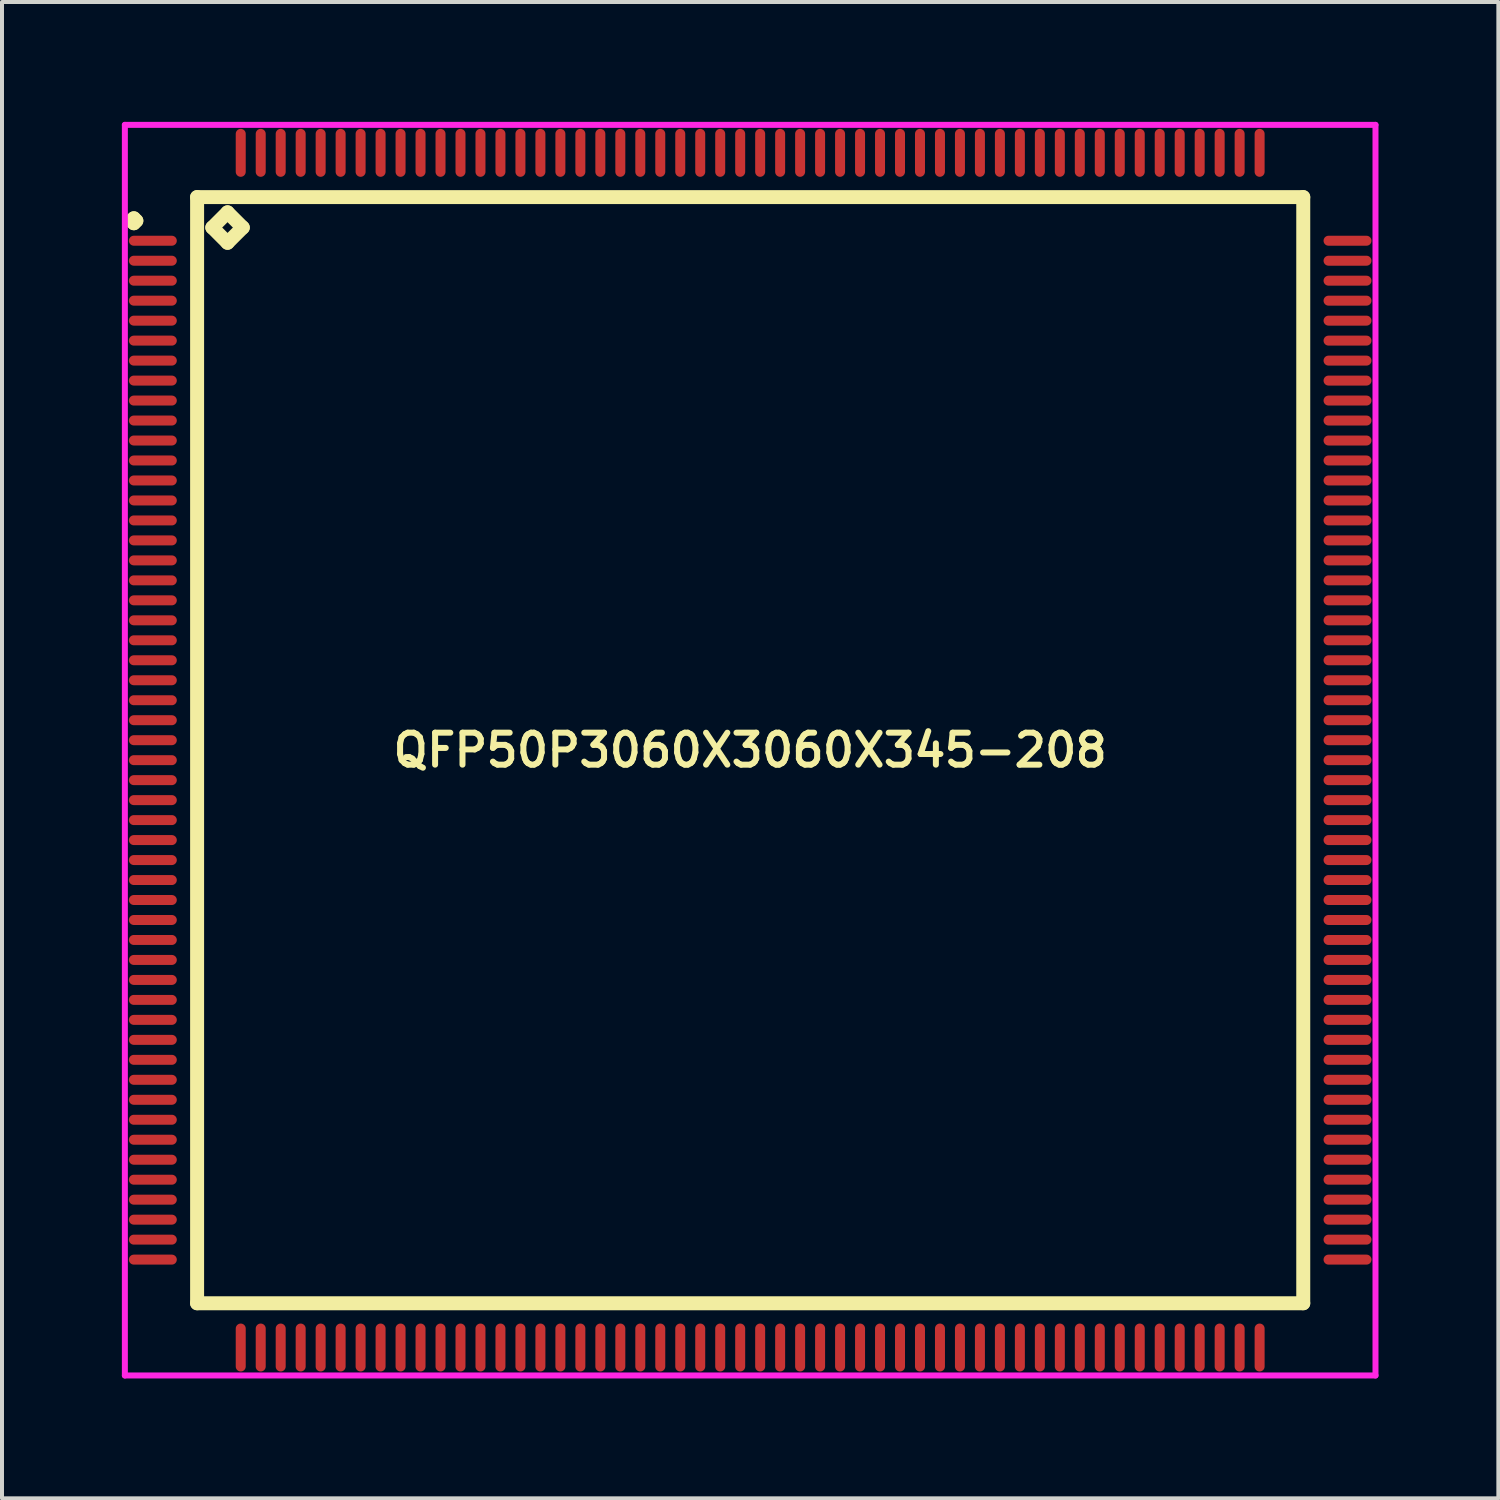
<source format=kicad_pcb>
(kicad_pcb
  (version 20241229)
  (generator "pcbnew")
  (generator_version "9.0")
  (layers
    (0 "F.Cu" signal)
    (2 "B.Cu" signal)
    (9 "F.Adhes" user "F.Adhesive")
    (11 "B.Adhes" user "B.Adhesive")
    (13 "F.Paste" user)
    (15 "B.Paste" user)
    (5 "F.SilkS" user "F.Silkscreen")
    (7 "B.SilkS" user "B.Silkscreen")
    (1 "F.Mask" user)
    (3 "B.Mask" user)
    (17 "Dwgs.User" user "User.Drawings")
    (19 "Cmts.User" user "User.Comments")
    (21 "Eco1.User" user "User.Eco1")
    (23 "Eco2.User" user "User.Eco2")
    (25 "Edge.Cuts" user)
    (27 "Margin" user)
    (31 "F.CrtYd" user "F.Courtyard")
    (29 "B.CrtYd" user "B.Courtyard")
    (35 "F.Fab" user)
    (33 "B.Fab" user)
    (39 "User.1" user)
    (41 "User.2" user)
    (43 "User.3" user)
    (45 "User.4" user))
  (footprint "QFP50P3060X3060X345-208"
    (layer "F.Cu")
    (at 15.725 15.725)
    (property "Reference" "QFP50P3060X3060X345-208" (at 0 0 0) (layer "F.SilkS") (effects (font (size 0.8 0.8) (thickness 0.15))))
    (attr through_hole)
    (fp_line (start -15.488 -13.25) (end -15.425 -13.312) (stroke (width 0.35) (type solid)) (layer "F.SilkS"))
    (fp_line (start -15.425 -13.312) (end -15.363 -13.25) (stroke (width 0.35) (type solid)) (layer "F.SilkS"))
    (fp_line (start -15.425 -13.188) (end -15.488 -13.25) (stroke (width 0.35) (type solid)) (layer "F.SilkS"))
    (fp_line (start -15.363 -13.25) (end -15.425 -13.188) (stroke (width 0.35) (type solid)) (layer "F.SilkS"))
    (fp_line (start -13.842 -13.842) (end -13.842 13.842) (stroke (width 0.35) (type solid)) (layer "F.SilkS"))
    (fp_line (start -13.842 13.842) (end 13.842 13.842) (stroke (width 0.35) (type solid)) (layer "F.SilkS"))
    (fp_line (start -13.461 -13.08) (end -13.08 -13.461) (stroke (width 0.35) (type solid)) (layer "F.SilkS"))
    (fp_line (start -13.08 -13.461) (end -12.699 -13.08) (stroke (width 0.35) (type solid)) (layer "F.SilkS"))
    (fp_line (start -13.08 -12.699) (end -13.461 -13.08) (stroke (width 0.35) (type solid)) (layer "F.SilkS"))
    (fp_line (start -12.699 -13.08) (end -13.08 -12.699) (stroke (width 0.35) (type solid)) (layer "F.SilkS"))
    (fp_line (start 13.842 -13.842) (end -13.842 -13.842) (stroke (width 0.35) (type solid)) (layer "F.SilkS"))
    (fp_line (start 13.842 13.842) (end 13.842 -13.842) (stroke (width 0.35) (type solid)) (layer "F.SilkS"))
    (fp_line (start -15.65 -15.65) (end 15.65 -15.65) (stroke (width 0.15) (type solid)) (layer "F.CrtYd"))
    (fp_line (start -15.65 15.65) (end -15.65 -15.65) (stroke (width 0.15) (type solid)) (layer "F.CrtYd"))
    (fp_line (start 15.65 -15.65) (end 15.65 15.65) (stroke (width 0.15) (type solid)) (layer "F.CrtYd"))
    (fp_line (start 15.65 15.65) (end -15.65 15.65) (stroke (width 0.15) (type solid)) (layer "F.CrtYd"))
    (pad "1" smd oval (at -14.95 -12.75) (size 1.2 0.25) (layers "F.Cu" "F.Mask" "F.Paste"))
    (pad "2" smd oval (at -14.95 -12.25) (size 1.2 0.25) (layers "F.Cu" "F.Mask" "F.Paste"))
    (pad "3" smd oval (at -14.95 -11.75) (size 1.2 0.25) (layers "F.Cu" "F.Mask" "F.Paste"))
    (pad "4" smd oval (at -14.95 -11.25) (size 1.2 0.25) (layers "F.Cu" "F.Mask" "F.Paste"))
    (pad "5" smd oval (at -14.95 -10.75) (size 1.2 0.25) (layers "F.Cu" "F.Mask" "F.Paste"))
    (pad "6" smd oval (at -14.95 -10.25) (size 1.2 0.25) (layers "F.Cu" "F.Mask" "F.Paste"))
    (pad "7" smd oval (at -14.95 -9.75) (size 1.2 0.25) (layers "F.Cu" "F.Mask" "F.Paste"))
    (pad "8" smd oval (at -14.95 -9.25) (size 1.2 0.25) (layers "F.Cu" "F.Mask" "F.Paste"))
    (pad "9" smd oval (at -14.95 -8.75) (size 1.2 0.25) (layers "F.Cu" "F.Mask" "F.Paste"))
    (pad "10" smd oval (at -14.95 -8.25) (size 1.2 0.25) (layers "F.Cu" "F.Mask" "F.Paste"))
    (pad "11" smd oval (at -14.95 -7.75) (size 1.2 0.25) (layers "F.Cu" "F.Mask" "F.Paste"))
    (pad "12" smd oval (at -14.95 -7.25) (size 1.2 0.25) (layers "F.Cu" "F.Mask" "F.Paste"))
    (pad "13" smd oval (at -14.95 -6.75) (size 1.2 0.25) (layers "F.Cu" "F.Mask" "F.Paste"))
    (pad "14" smd oval (at -14.95 -6.25) (size 1.2 0.25) (layers "F.Cu" "F.Mask" "F.Paste"))
    (pad "15" smd oval (at -14.95 -5.75) (size 1.2 0.25) (layers "F.Cu" "F.Mask" "F.Paste"))
    (pad "16" smd oval (at -14.95 -5.25) (size 1.2 0.25) (layers "F.Cu" "F.Mask" "F.Paste"))
    (pad "17" smd oval (at -14.95 -4.75) (size 1.2 0.25) (layers "F.Cu" "F.Mask" "F.Paste"))
    (pad "18" smd oval (at -14.95 -4.25) (size 1.2 0.25) (layers "F.Cu" "F.Mask" "F.Paste"))
    (pad "19" smd oval (at -14.95 -3.75) (size 1.2 0.25) (layers "F.Cu" "F.Mask" "F.Paste"))
    (pad "20" smd oval (at -14.95 -3.25) (size 1.2 0.25) (layers "F.Cu" "F.Mask" "F.Paste"))
    (pad "21" smd oval (at -14.95 -2.75) (size 1.2 0.25) (layers "F.Cu" "F.Mask" "F.Paste"))
    (pad "22" smd oval (at -14.95 -2.25) (size 1.2 0.25) (layers "F.Cu" "F.Mask" "F.Paste"))
    (pad "23" smd oval (at -14.95 -1.75) (size 1.2 0.25) (layers "F.Cu" "F.Mask" "F.Paste"))
    (pad "24" smd oval (at -14.95 -1.25) (size 1.2 0.25) (layers "F.Cu" "F.Mask" "F.Paste"))
    (pad "25" smd oval (at -14.95 -0.75) (size 1.2 0.25) (layers "F.Cu" "F.Mask" "F.Paste"))
    (pad "26" smd oval (at -14.95 -0.25) (size 1.2 0.25) (layers "F.Cu" "F.Mask" "F.Paste"))
    (pad "27" smd oval (at -14.95 0.25) (size 1.2 0.25) (layers "F.Cu" "F.Mask" "F.Paste"))
    (pad "28" smd oval (at -14.95 0.75) (size 1.2 0.25) (layers "F.Cu" "F.Mask" "F.Paste"))
    (pad "29" smd oval (at -14.95 1.25) (size 1.2 0.25) (layers "F.Cu" "F.Mask" "F.Paste"))
    (pad "30" smd oval (at -14.95 1.75) (size 1.2 0.25) (layers "F.Cu" "F.Mask" "F.Paste"))
    (pad "31" smd oval (at -14.95 2.25) (size 1.2 0.25) (layers "F.Cu" "F.Mask" "F.Paste"))
    (pad "32" smd oval (at -14.95 2.75) (size 1.2 0.25) (layers "F.Cu" "F.Mask" "F.Paste"))
    (pad "33" smd oval (at -14.95 3.25) (size 1.2 0.25) (layers "F.Cu" "F.Mask" "F.Paste"))
    (pad "34" smd oval (at -14.95 3.75) (size 1.2 0.25) (layers "F.Cu" "F.Mask" "F.Paste"))
    (pad "35" smd oval (at -14.95 4.25) (size 1.2 0.25) (layers "F.Cu" "F.Mask" "F.Paste"))
    (pad "36" smd oval (at -14.95 4.75) (size 1.2 0.25) (layers "F.Cu" "F.Mask" "F.Paste"))
    (pad "37" smd oval (at -14.95 5.25) (size 1.2 0.25) (layers "F.Cu" "F.Mask" "F.Paste"))
    (pad "38" smd oval (at -14.95 5.75) (size 1.2 0.25) (layers "F.Cu" "F.Mask" "F.Paste"))
    (pad "39" smd oval (at -14.95 6.25) (size 1.2 0.25) (layers "F.Cu" "F.Mask" "F.Paste"))
    (pad "40" smd oval (at -14.95 6.75) (size 1.2 0.25) (layers "F.Cu" "F.Mask" "F.Paste"))
    (pad "41" smd oval (at -14.95 7.25) (size 1.2 0.25) (layers "F.Cu" "F.Mask" "F.Paste"))
    (pad "42" smd oval (at -14.95 7.75) (size 1.2 0.25) (layers "F.Cu" "F.Mask" "F.Paste"))
    (pad "43" smd oval (at -14.95 8.25) (size 1.2 0.25) (layers "F.Cu" "F.Mask" "F.Paste"))
    (pad "44" smd oval (at -14.95 8.75) (size 1.2 0.25) (layers "F.Cu" "F.Mask" "F.Paste"))
    (pad "45" smd oval (at -14.95 9.25) (size 1.2 0.25) (layers "F.Cu" "F.Mask" "F.Paste"))
    (pad "46" smd oval (at -14.95 9.75) (size 1.2 0.25) (layers "F.Cu" "F.Mask" "F.Paste"))
    (pad "47" smd oval (at -14.95 10.25) (size 1.2 0.25) (layers "F.Cu" "F.Mask" "F.Paste"))
    (pad "48" smd oval (at -14.95 10.75) (size 1.2 0.25) (layers "F.Cu" "F.Mask" "F.Paste"))
    (pad "49" smd oval (at -14.95 11.25) (size 1.2 0.25) (layers "F.Cu" "F.Mask" "F.Paste"))
    (pad "50" smd oval (at -14.95 11.75) (size 1.2 0.25) (layers "F.Cu" "F.Mask" "F.Paste"))
    (pad "51" smd oval (at -14.95 12.25) (size 1.2 0.25) (layers "F.Cu" "F.Mask" "F.Paste"))
    (pad "52" smd oval (at -14.95 12.75) (size 1.2 0.25) (layers "F.Cu" "F.Mask" "F.Paste"))
    (pad "53" smd oval (at -12.75 14.95) (size 0.25 1.2) (layers "F.Cu" "F.Mask" "F.Paste"))
    (pad "54" smd oval (at -12.25 14.95) (size 0.25 1.2) (layers "F.Cu" "F.Mask" "F.Paste"))
    (pad "55" smd oval (at -11.75 14.95) (size 0.25 1.2) (layers "F.Cu" "F.Mask" "F.Paste"))
    (pad "56" smd oval (at -11.25 14.95) (size 0.25 1.2) (layers "F.Cu" "F.Mask" "F.Paste"))
    (pad "57" smd oval (at -10.75 14.95) (size 0.25 1.2) (layers "F.Cu" "F.Mask" "F.Paste"))
    (pad "58" smd oval (at -10.25 14.95) (size 0.25 1.2) (layers "F.Cu" "F.Mask" "F.Paste"))
    (pad "59" smd oval (at -9.75 14.95) (size 0.25 1.2) (layers "F.Cu" "F.Mask" "F.Paste"))
    (pad "60" smd oval (at -9.25 14.95) (size 0.25 1.2) (layers "F.Cu" "F.Mask" "F.Paste"))
    (pad "61" smd oval (at -8.75 14.95) (size 0.25 1.2) (layers "F.Cu" "F.Mask" "F.Paste"))
    (pad "62" smd oval (at -8.25 14.95) (size 0.25 1.2) (layers "F.Cu" "F.Mask" "F.Paste"))
    (pad "63" smd oval (at -7.75 14.95) (size 0.25 1.2) (layers "F.Cu" "F.Mask" "F.Paste"))
    (pad "64" smd oval (at -7.25 14.95) (size 0.25 1.2) (layers "F.Cu" "F.Mask" "F.Paste"))
    (pad "65" smd oval (at -6.75 14.95) (size 0.25 1.2) (layers "F.Cu" "F.Mask" "F.Paste"))
    (pad "66" smd oval (at -6.25 14.95) (size 0.25 1.2) (layers "F.Cu" "F.Mask" "F.Paste"))
    (pad "67" smd oval (at -5.75 14.95) (size 0.25 1.2) (layers "F.Cu" "F.Mask" "F.Paste"))
    (pad "68" smd oval (at -5.25 14.95) (size 0.25 1.2) (layers "F.Cu" "F.Mask" "F.Paste"))
    (pad "69" smd oval (at -4.75 14.95) (size 0.25 1.2) (layers "F.Cu" "F.Mask" "F.Paste"))
    (pad "70" smd oval (at -4.25 14.95) (size 0.25 1.2) (layers "F.Cu" "F.Mask" "F.Paste"))
    (pad "71" smd oval (at -3.75 14.95) (size 0.25 1.2) (layers "F.Cu" "F.Mask" "F.Paste"))
    (pad "72" smd oval (at -3.25 14.95) (size 0.25 1.2) (layers "F.Cu" "F.Mask" "F.Paste"))
    (pad "73" smd oval (at -2.75 14.95) (size 0.25 1.2) (layers "F.Cu" "F.Mask" "F.Paste"))
    (pad "74" smd oval (at -2.25 14.95) (size 0.25 1.2) (layers "F.Cu" "F.Mask" "F.Paste"))
    (pad "75" smd oval (at -1.75 14.95) (size 0.25 1.2) (layers "F.Cu" "F.Mask" "F.Paste"))
    (pad "76" smd oval (at -1.25 14.95) (size 0.25 1.2) (layers "F.Cu" "F.Mask" "F.Paste"))
    (pad "77" smd oval (at -0.75 14.95) (size 0.25 1.2) (layers "F.Cu" "F.Mask" "F.Paste"))
    (pad "78" smd oval (at -0.25 14.95) (size 0.25 1.2) (layers "F.Cu" "F.Mask" "F.Paste"))
    (pad "79" smd oval (at 0.25 14.95) (size 0.25 1.2) (layers "F.Cu" "F.Mask" "F.Paste"))
    (pad "80" smd oval (at 0.75 14.95) (size 0.25 1.2) (layers "F.Cu" "F.Mask" "F.Paste"))
    (pad "81" smd oval (at 1.25 14.95) (size 0.25 1.2) (layers "F.Cu" "F.Mask" "F.Paste"))
    (pad "82" smd oval (at 1.75 14.95) (size 0.25 1.2) (layers "F.Cu" "F.Mask" "F.Paste"))
    (pad "83" smd oval (at 2.25 14.95) (size 0.25 1.2) (layers "F.Cu" "F.Mask" "F.Paste"))
    (pad "84" smd oval (at 2.75 14.95) (size 0.25 1.2) (layers "F.Cu" "F.Mask" "F.Paste"))
    (pad "85" smd oval (at 3.25 14.95) (size 0.25 1.2) (layers "F.Cu" "F.Mask" "F.Paste"))
    (pad "86" smd oval (at 3.75 14.95) (size 0.25 1.2) (layers "F.Cu" "F.Mask" "F.Paste"))
    (pad "87" smd oval (at 4.25 14.95) (size 0.25 1.2) (layers "F.Cu" "F.Mask" "F.Paste"))
    (pad "88" smd oval (at 4.75 14.95) (size 0.25 1.2) (layers "F.Cu" "F.Mask" "F.Paste"))
    (pad "89" smd oval (at 5.25 14.95) (size 0.25 1.2) (layers "F.Cu" "F.Mask" "F.Paste"))
    (pad "90" smd oval (at 5.75 14.95) (size 0.25 1.2) (layers "F.Cu" "F.Mask" "F.Paste"))
    (pad "91" smd oval (at 6.25 14.95) (size 0.25 1.2) (layers "F.Cu" "F.Mask" "F.Paste"))
    (pad "92" smd oval (at 6.75 14.95) (size 0.25 1.2) (layers "F.Cu" "F.Mask" "F.Paste"))
    (pad "93" smd oval (at 7.25 14.95) (size 0.25 1.2) (layers "F.Cu" "F.Mask" "F.Paste"))
    (pad "94" smd oval (at 7.75 14.95) (size 0.25 1.2) (layers "F.Cu" "F.Mask" "F.Paste"))
    (pad "95" smd oval (at 8.25 14.95) (size 0.25 1.2) (layers "F.Cu" "F.Mask" "F.Paste"))
    (pad "96" smd oval (at 8.75 14.95) (size 0.25 1.2) (layers "F.Cu" "F.Mask" "F.Paste"))
    (pad "97" smd oval (at 9.25 14.95) (size 0.25 1.2) (layers "F.Cu" "F.Mask" "F.Paste"))
    (pad "98" smd oval (at 9.75 14.95) (size 0.25 1.2) (layers "F.Cu" "F.Mask" "F.Paste"))
    (pad "99" smd oval (at 10.25 14.95) (size 0.25 1.2) (layers "F.Cu" "F.Mask" "F.Paste"))
    (pad "100" smd oval (at 10.75 14.95) (size 0.25 1.2) (layers "F.Cu" "F.Mask" "F.Paste"))
    (pad "101" smd oval (at 11.25 14.95) (size 0.25 1.2) (layers "F.Cu" "F.Mask" "F.Paste"))
    (pad "102" smd oval (at 11.75 14.95) (size 0.25 1.2) (layers "F.Cu" "F.Mask" "F.Paste"))
    (pad "103" smd oval (at 12.25 14.95) (size 0.25 1.2) (layers "F.Cu" "F.Mask" "F.Paste"))
    (pad "104" smd oval (at 12.75 14.95) (size 0.25 1.2) (layers "F.Cu" "F.Mask" "F.Paste"))
    (pad "105" smd oval (at 14.95 12.75) (size 1.2 0.25) (layers "F.Cu" "F.Mask" "F.Paste"))
    (pad "106" smd oval (at 14.95 12.25) (size 1.2 0.25) (layers "F.Cu" "F.Mask" "F.Paste"))
    (pad "107" smd oval (at 14.95 11.75) (size 1.2 0.25) (layers "F.Cu" "F.Mask" "F.Paste"))
    (pad "108" smd oval (at 14.95 11.25) (size 1.2 0.25) (layers "F.Cu" "F.Mask" "F.Paste"))
    (pad "109" smd oval (at 14.95 10.75) (size 1.2 0.25) (layers "F.Cu" "F.Mask" "F.Paste"))
    (pad "110" smd oval (at 14.95 10.25) (size 1.2 0.25) (layers "F.Cu" "F.Mask" "F.Paste"))
    (pad "111" smd oval (at 14.95 9.75) (size 1.2 0.25) (layers "F.Cu" "F.Mask" "F.Paste"))
    (pad "112" smd oval (at 14.95 9.25) (size 1.2 0.25) (layers "F.Cu" "F.Mask" "F.Paste"))
    (pad "113" smd oval (at 14.95 8.75) (size 1.2 0.25) (layers "F.Cu" "F.Mask" "F.Paste"))
    (pad "114" smd oval (at 14.95 8.25) (size 1.2 0.25) (layers "F.Cu" "F.Mask" "F.Paste"))
    (pad "115" smd oval (at 14.95 7.75) (size 1.2 0.25) (layers "F.Cu" "F.Mask" "F.Paste"))
    (pad "116" smd oval (at 14.95 7.25) (size 1.2 0.25) (layers "F.Cu" "F.Mask" "F.Paste"))
    (pad "117" smd oval (at 14.95 6.75) (size 1.2 0.25) (layers "F.Cu" "F.Mask" "F.Paste"))
    (pad "118" smd oval (at 14.95 6.25) (size 1.2 0.25) (layers "F.Cu" "F.Mask" "F.Paste"))
    (pad "119" smd oval (at 14.95 5.75) (size 1.2 0.25) (layers "F.Cu" "F.Mask" "F.Paste"))
    (pad "120" smd oval (at 14.95 5.25) (size 1.2 0.25) (layers "F.Cu" "F.Mask" "F.Paste"))
    (pad "121" smd oval (at 14.95 4.75) (size 1.2 0.25) (layers "F.Cu" "F.Mask" "F.Paste"))
    (pad "122" smd oval (at 14.95 4.25) (size 1.2 0.25) (layers "F.Cu" "F.Mask" "F.Paste"))
    (pad "123" smd oval (at 14.95 3.75) (size 1.2 0.25) (layers "F.Cu" "F.Mask" "F.Paste"))
    (pad "124" smd oval (at 14.95 3.25) (size 1.2 0.25) (layers "F.Cu" "F.Mask" "F.Paste"))
    (pad "125" smd oval (at 14.95 2.75) (size 1.2 0.25) (layers "F.Cu" "F.Mask" "F.Paste"))
    (pad "126" smd oval (at 14.95 2.25) (size 1.2 0.25) (layers "F.Cu" "F.Mask" "F.Paste"))
    (pad "127" smd oval (at 14.95 1.75) (size 1.2 0.25) (layers "F.Cu" "F.Mask" "F.Paste"))
    (pad "128" smd oval (at 14.95 1.25) (size 1.2 0.25) (layers "F.Cu" "F.Mask" "F.Paste"))
    (pad "129" smd oval (at 14.95 0.75) (size 1.2 0.25) (layers "F.Cu" "F.Mask" "F.Paste"))
    (pad "130" smd oval (at 14.95 0.25) (size 1.2 0.25) (layers "F.Cu" "F.Mask" "F.Paste"))
    (pad "131" smd oval (at 14.95 -0.25) (size 1.2 0.25) (layers "F.Cu" "F.Mask" "F.Paste"))
    (pad "132" smd oval (at 14.95 -0.75) (size 1.2 0.25) (layers "F.Cu" "F.Mask" "F.Paste"))
    (pad "133" smd oval (at 14.95 -1.25) (size 1.2 0.25) (layers "F.Cu" "F.Mask" "F.Paste"))
    (pad "134" smd oval (at 14.95 -1.75) (size 1.2 0.25) (layers "F.Cu" "F.Mask" "F.Paste"))
    (pad "135" smd oval (at 14.95 -2.25) (size 1.2 0.25) (layers "F.Cu" "F.Mask" "F.Paste"))
    (pad "136" smd oval (at 14.95 -2.75) (size 1.2 0.25) (layers "F.Cu" "F.Mask" "F.Paste"))
    (pad "137" smd oval (at 14.95 -3.25) (size 1.2 0.25) (layers "F.Cu" "F.Mask" "F.Paste"))
    (pad "138" smd oval (at 14.95 -3.75) (size 1.2 0.25) (layers "F.Cu" "F.Mask" "F.Paste"))
    (pad "139" smd oval (at 14.95 -4.25) (size 1.2 0.25) (layers "F.Cu" "F.Mask" "F.Paste"))
    (pad "140" smd oval (at 14.95 -4.75) (size 1.2 0.25) (layers "F.Cu" "F.Mask" "F.Paste"))
    (pad "141" smd oval (at 14.95 -5.25) (size 1.2 0.25) (layers "F.Cu" "F.Mask" "F.Paste"))
    (pad "142" smd oval (at 14.95 -5.75) (size 1.2 0.25) (layers "F.Cu" "F.Mask" "F.Paste"))
    (pad "143" smd oval (at 14.95 -6.25) (size 1.2 0.25) (layers "F.Cu" "F.Mask" "F.Paste"))
    (pad "144" smd oval (at 14.95 -6.75) (size 1.2 0.25) (layers "F.Cu" "F.Mask" "F.Paste"))
    (pad "145" smd oval (at 14.95 -7.25) (size 1.2 0.25) (layers "F.Cu" "F.Mask" "F.Paste"))
    (pad "146" smd oval (at 14.95 -7.75) (size 1.2 0.25) (layers "F.Cu" "F.Mask" "F.Paste"))
    (pad "147" smd oval (at 14.95 -8.25) (size 1.2 0.25) (layers "F.Cu" "F.Mask" "F.Paste"))
    (pad "148" smd oval (at 14.95 -8.75) (size 1.2 0.25) (layers "F.Cu" "F.Mask" "F.Paste"))
    (pad "149" smd oval (at 14.95 -9.25) (size 1.2 0.25) (layers "F.Cu" "F.Mask" "F.Paste"))
    (pad "150" smd oval (at 14.95 -9.75) (size 1.2 0.25) (layers "F.Cu" "F.Mask" "F.Paste"))
    (pad "151" smd oval (at 14.95 -10.25) (size 1.2 0.25) (layers "F.Cu" "F.Mask" "F.Paste"))
    (pad "152" smd oval (at 14.95 -10.75) (size 1.2 0.25) (layers "F.Cu" "F.Mask" "F.Paste"))
    (pad "153" smd oval (at 14.95 -11.25) (size 1.2 0.25) (layers "F.Cu" "F.Mask" "F.Paste"))
    (pad "154" smd oval (at 14.95 -11.75) (size 1.2 0.25) (layers "F.Cu" "F.Mask" "F.Paste"))
    (pad "155" smd oval (at 14.95 -12.25) (size 1.2 0.25) (layers "F.Cu" "F.Mask" "F.Paste"))
    (pad "156" smd oval (at 14.95 -12.75) (size 1.2 0.25) (layers "F.Cu" "F.Mask" "F.Paste"))
    (pad "157" smd oval (at 12.75 -14.95) (size 0.25 1.2) (layers "F.Cu" "F.Mask" "F.Paste"))
    (pad "158" smd oval (at 12.25 -14.95) (size 0.25 1.2) (layers "F.Cu" "F.Mask" "F.Paste"))
    (pad "159" smd oval (at 11.75 -14.95) (size 0.25 1.2) (layers "F.Cu" "F.Mask" "F.Paste"))
    (pad "160" smd oval (at 11.25 -14.95) (size 0.25 1.2) (layers "F.Cu" "F.Mask" "F.Paste"))
    (pad "161" smd oval (at 10.75 -14.95) (size 0.25 1.2) (layers "F.Cu" "F.Mask" "F.Paste"))
    (pad "162" smd oval (at 10.25 -14.95) (size 0.25 1.2) (layers "F.Cu" "F.Mask" "F.Paste"))
    (pad "163" smd oval (at 9.75 -14.95) (size 0.25 1.2) (layers "F.Cu" "F.Mask" "F.Paste"))
    (pad "164" smd oval (at 9.25 -14.95) (size 0.25 1.2) (layers "F.Cu" "F.Mask" "F.Paste"))
    (pad "165" smd oval (at 8.75 -14.95) (size 0.25 1.2) (layers "F.Cu" "F.Mask" "F.Paste"))
    (pad "166" smd oval (at 8.25 -14.95) (size 0.25 1.2) (layers "F.Cu" "F.Mask" "F.Paste"))
    (pad "167" smd oval (at 7.75 -14.95) (size 0.25 1.2) (layers "F.Cu" "F.Mask" "F.Paste"))
    (pad "168" smd oval (at 7.25 -14.95) (size 0.25 1.2) (layers "F.Cu" "F.Mask" "F.Paste"))
    (pad "169" smd oval (at 6.75 -14.95) (size 0.25 1.2) (layers "F.Cu" "F.Mask" "F.Paste"))
    (pad "170" smd oval (at 6.25 -14.95) (size 0.25 1.2) (layers "F.Cu" "F.Mask" "F.Paste"))
    (pad "171" smd oval (at 5.75 -14.95) (size 0.25 1.2) (layers "F.Cu" "F.Mask" "F.Paste"))
    (pad "172" smd oval (at 5.25 -14.95) (size 0.25 1.2) (layers "F.Cu" "F.Mask" "F.Paste"))
    (pad "173" smd oval (at 4.75 -14.95) (size 0.25 1.2) (layers "F.Cu" "F.Mask" "F.Paste"))
    (pad "174" smd oval (at 4.25 -14.95) (size 0.25 1.2) (layers "F.Cu" "F.Mask" "F.Paste"))
    (pad "175" smd oval (at 3.75 -14.95) (size 0.25 1.2) (layers "F.Cu" "F.Mask" "F.Paste"))
    (pad "176" smd oval (at 3.25 -14.95) (size 0.25 1.2) (layers "F.Cu" "F.Mask" "F.Paste"))
    (pad "177" smd oval (at 2.75 -14.95) (size 0.25 1.2) (layers "F.Cu" "F.Mask" "F.Paste"))
    (pad "178" smd oval (at 2.25 -14.95) (size 0.25 1.2) (layers "F.Cu" "F.Mask" "F.Paste"))
    (pad "179" smd oval (at 1.75 -14.95) (size 0.25 1.2) (layers "F.Cu" "F.Mask" "F.Paste"))
    (pad "180" smd oval (at 1.25 -14.95) (size 0.25 1.2) (layers "F.Cu" "F.Mask" "F.Paste"))
    (pad "181" smd oval (at 0.75 -14.95) (size 0.25 1.2) (layers "F.Cu" "F.Mask" "F.Paste"))
    (pad "182" smd oval (at 0.25 -14.95) (size 0.25 1.2) (layers "F.Cu" "F.Mask" "F.Paste"))
    (pad "183" smd oval (at -0.25 -14.95) (size 0.25 1.2) (layers "F.Cu" "F.Mask" "F.Paste"))
    (pad "184" smd oval (at -0.75 -14.95) (size 0.25 1.2) (layers "F.Cu" "F.Mask" "F.Paste"))
    (pad "185" smd oval (at -1.25 -14.95) (size 0.25 1.2) (layers "F.Cu" "F.Mask" "F.Paste"))
    (pad "186" smd oval (at -1.75 -14.95) (size 0.25 1.2) (layers "F.Cu" "F.Mask" "F.Paste"))
    (pad "187" smd oval (at -2.25 -14.95) (size 0.25 1.2) (layers "F.Cu" "F.Mask" "F.Paste"))
    (pad "188" smd oval (at -2.75 -14.95) (size 0.25 1.2) (layers "F.Cu" "F.Mask" "F.Paste"))
    (pad "189" smd oval (at -3.25 -14.95) (size 0.25 1.2) (layers "F.Cu" "F.Mask" "F.Paste"))
    (pad "190" smd oval (at -3.75 -14.95) (size 0.25 1.2) (layers "F.Cu" "F.Mask" "F.Paste"))
    (pad "191" smd oval (at -4.25 -14.95) (size 0.25 1.2) (layers "F.Cu" "F.Mask" "F.Paste"))
    (pad "192" smd oval (at -4.75 -14.95) (size 0.25 1.2) (layers "F.Cu" "F.Mask" "F.Paste"))
    (pad "193" smd oval (at -5.25 -14.95) (size 0.25 1.2) (layers "F.Cu" "F.Mask" "F.Paste"))
    (pad "194" smd oval (at -5.75 -14.95) (size 0.25 1.2) (layers "F.Cu" "F.Mask" "F.Paste"))
    (pad "195" smd oval (at -6.25 -14.95) (size 0.25 1.2) (layers "F.Cu" "F.Mask" "F.Paste"))
    (pad "196" smd oval (at -6.75 -14.95) (size 0.25 1.2) (layers "F.Cu" "F.Mask" "F.Paste"))
    (pad "197" smd oval (at -7.25 -14.95) (size 0.25 1.2) (layers "F.Cu" "F.Mask" "F.Paste"))
    (pad "198" smd oval (at -7.75 -14.95) (size 0.25 1.2) (layers "F.Cu" "F.Mask" "F.Paste"))
    (pad "199" smd oval (at -8.25 -14.95) (size 0.25 1.2) (layers "F.Cu" "F.Mask" "F.Paste"))
    (pad "200" smd oval (at -8.75 -14.95) (size 0.25 1.2) (layers "F.Cu" "F.Mask" "F.Paste"))
    (pad "201" smd oval (at -9.25 -14.95) (size 0.25 1.2) (layers "F.Cu" "F.Mask" "F.Paste"))
    (pad "202" smd oval (at -9.75 -14.95) (size 0.25 1.2) (layers "F.Cu" "F.Mask" "F.Paste"))
    (pad "203" smd oval (at -10.25 -14.95) (size 0.25 1.2) (layers "F.Cu" "F.Mask" "F.Paste"))
    (pad "204" smd oval (at -10.75 -14.95) (size 0.25 1.2) (layers "F.Cu" "F.Mask" "F.Paste"))
    (pad "205" smd oval (at -11.25 -14.95) (size 0.25 1.2) (layers "F.Cu" "F.Mask" "F.Paste"))
    (pad "206" smd oval (at -11.75 -14.95) (size 0.25 1.2) (layers "F.Cu" "F.Mask" "F.Paste"))
    (pad "207" smd oval (at -12.25 -14.95) (size 0.25 1.2) (layers "F.Cu" "F.Mask" "F.Paste"))
    (pad "208" smd oval (at -12.75 -14.95) (size 0.25 1.2) (layers "F.Cu" "F.Mask" "F.Paste")))
  (gr_rect
    (start -3 -3)
    (end 34.45 34.45)
    (stroke (width 0.1) (type default))
    (fill no)
    (layer "Edge.Cuts")))
</source>
